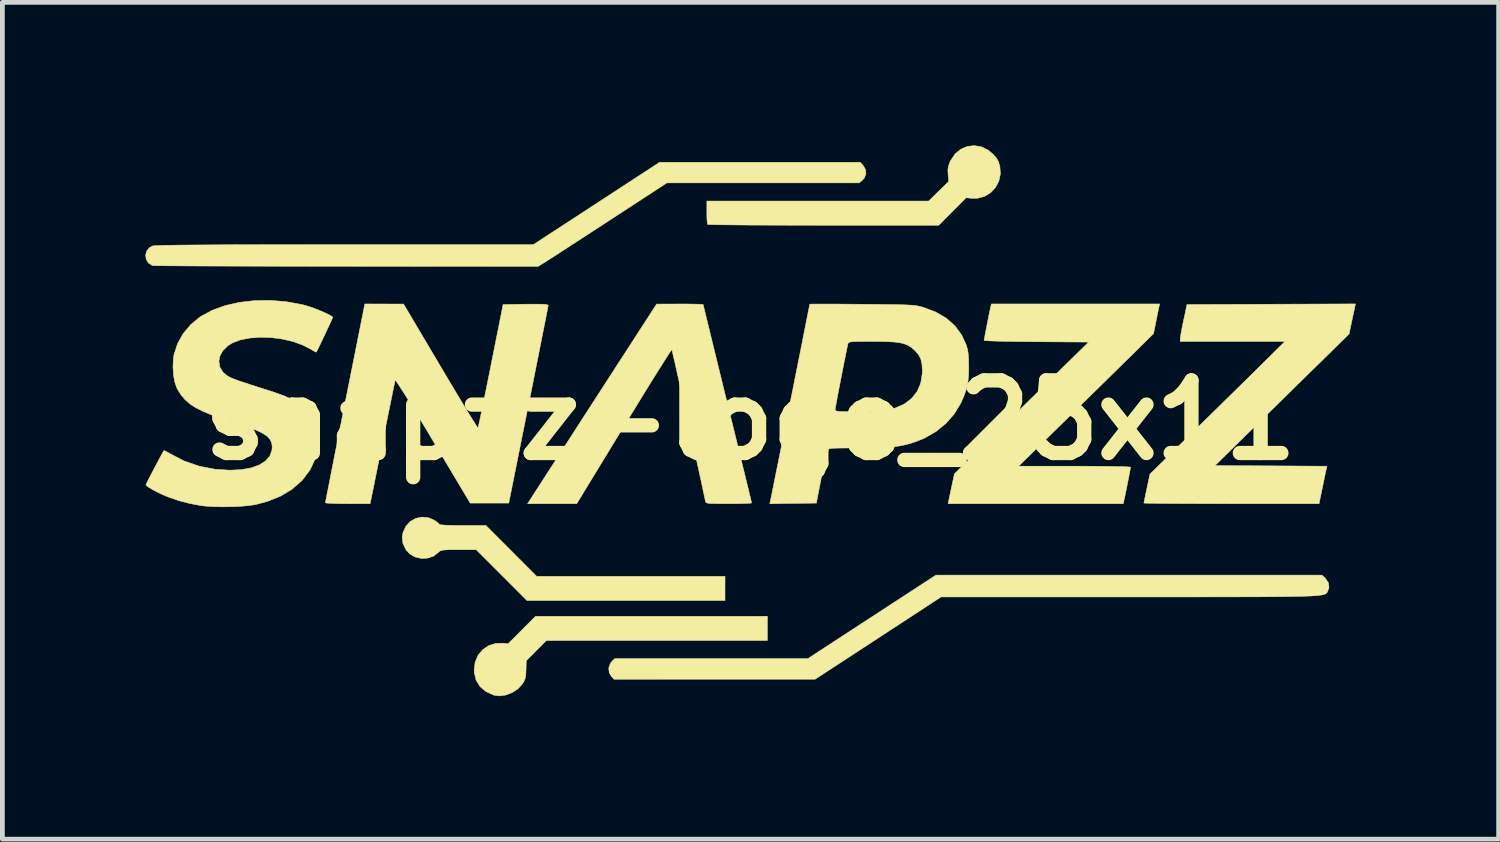
<source format=kicad_pcb>
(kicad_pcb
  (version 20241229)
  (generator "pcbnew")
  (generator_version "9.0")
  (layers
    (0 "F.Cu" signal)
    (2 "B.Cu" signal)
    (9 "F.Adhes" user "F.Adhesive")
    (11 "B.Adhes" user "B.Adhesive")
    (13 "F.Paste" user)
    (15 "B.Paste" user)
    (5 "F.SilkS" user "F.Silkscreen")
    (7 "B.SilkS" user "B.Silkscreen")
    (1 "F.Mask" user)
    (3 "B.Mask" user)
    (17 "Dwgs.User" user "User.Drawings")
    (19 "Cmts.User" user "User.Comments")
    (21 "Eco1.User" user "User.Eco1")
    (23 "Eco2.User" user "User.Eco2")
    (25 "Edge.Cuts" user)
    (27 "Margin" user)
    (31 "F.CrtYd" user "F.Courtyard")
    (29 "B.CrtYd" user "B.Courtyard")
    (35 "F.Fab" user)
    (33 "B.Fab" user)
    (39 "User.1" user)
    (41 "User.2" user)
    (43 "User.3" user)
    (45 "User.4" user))
  (footprint "snapzz-logo_25x11"
    (layer "F.Cu")
    (at 12.694 5.765)
    (property "Reference" "snapzz-logo_25x11" (at 0 0 0) (layer "F.SilkS") (effects (font (size 1.524 1.524) (thickness 0.3))))
    (attr through_hole)
    (fp_poly (pts (xy 0.356 4.623) (xy -4.281 4.623) (xy -4.492 4.835) (xy -4.703 5.047) (xy -4.707 5.237) (xy -4.713 5.346) (xy -4.727 5.423) (xy -4.754 5.487) (xy -4.781 5.531) (xy -4.875 5.635) (xy -4.997 5.716) (xy -5.134 5.768) (xy -5.272 5.786) (xy -5.385 5.769) (xy -5.549 5.694) (xy -5.673 5.589) (xy -5.755 5.456) (xy -5.793 5.298) (xy -5.796 5.233) (xy -5.774 5.07) (xy -5.71 4.927) (xy -5.612 4.811) (xy -5.486 4.728) (xy -5.339 4.683) (xy -5.206 4.679) (xy -5.084 4.691) (xy -4.797 4.403) (xy -4.509 4.115) (xy 0.356 4.115) (xy 0.356 4.623)) (stroke (width 0.01) (type solid)) (fill yes) (layer "F.SilkS"))
    (fp_poly (pts (xy -6.75 2.049) (xy -6.638 2.097) (xy -6.575 2.138) (xy -6.535 2.173) (xy -6.528 2.185) (xy -6.503 2.194) (xy -6.433 2.201) (xy -6.322 2.206) (xy -6.176 2.209) (xy -6.039 2.21) (xy -5.549 2.21) (xy -5.016 2.743) (xy -4.484 3.277) (xy -0.533 3.277) (xy -0.533 3.785) (xy -4.687 3.785) (xy -5.22 3.251) (xy -5.753 2.718) (xy -6.124 2.718) (xy -6.269 2.718) (xy -6.373 2.72) (xy -6.443 2.726) (xy -6.488 2.735) (xy -6.518 2.749) (xy -6.541 2.769) (xy -6.543 2.771) (xy -6.647 2.852) (xy -6.772 2.895) (xy -6.905 2.901) (xy -7.034 2.871) (xy -7.148 2.807) (xy -7.226 2.72) (xy -7.29 2.587) (xy -7.306 2.455) (xy -7.291 2.365) (xy -7.231 2.23) (xy -7.138 2.127) (xy -7.021 2.06) (xy -6.889 2.033) (xy -6.75 2.049)) (stroke (width 0.01) (type solid)) (fill yes) (layer "F.SilkS"))
    (fp_poly (pts (xy 4.845 -5.735) (xy 4.988 -5.666) (xy 5.082 -5.588) (xy 5.158 -5.504) (xy 5.203 -5.426) (xy 5.232 -5.332) (xy 5.233 -5.33) (xy 5.245 -5.169) (xy 5.214 -5.019) (xy 5.145 -4.885) (xy 5.044 -4.776) (xy 4.917 -4.697) (xy 4.771 -4.656) (xy 4.651 -4.654) (xy 4.525 -4.666) (xy 4.238 -4.378) (xy 3.951 -4.089) (xy 1.535 -4.089) (xy 1.189 -4.09) (xy 0.858 -4.09) (xy 0.544 -4.091) (xy 0.252 -4.092) (xy -0.015 -4.093) (xy -0.253 -4.095) (xy -0.46 -4.097) (xy -0.63 -4.099) (xy -0.762 -4.101) (xy -0.851 -4.103) (xy -0.894 -4.106) (xy -0.897 -4.106) (xy -0.905 -4.138) (xy -0.911 -4.208) (xy -0.914 -4.304) (xy -0.914 -4.36) (xy -0.914 -4.597) (xy 3.74 -4.597) (xy 3.95 -4.803) (xy 4.16 -5.008) (xy 4.147 -5.157) (xy 4.143 -5.253) (xy 4.154 -5.329) (xy 4.185 -5.412) (xy 4.203 -5.45) (xy 4.295 -5.587) (xy 4.414 -5.685) (xy 4.55 -5.743) (xy 4.697 -5.76) (xy 4.845 -5.735)) (stroke (width 0.01) (type solid)) (fill yes) (layer "F.SilkS"))
    (fp_poly (pts (xy 12.56 -1.808) (xy 11.154 -0.428) (xy 9.747 0.953) (xy 10.921 0.959) (xy 12.096 0.966) (xy 12.083 1.023) (xy 12.073 1.068) (xy 12.055 1.152) (xy 12.032 1.263) (xy 12.005 1.391) (xy 12 1.416) (xy 11.93 1.753) (xy 10.093 1.753) (xy 9.792 1.752) (xy 9.507 1.752) (xy 9.241 1.751) (xy 8.998 1.75) (xy 8.783 1.749) (xy 8.599 1.747) (xy 8.45 1.745) (xy 8.341 1.743) (xy 8.274 1.741) (xy 8.255 1.739) (xy 8.26 1.711) (xy 8.274 1.643) (xy 8.294 1.546) (xy 8.319 1.429) (xy 8.319 1.428) (xy 8.383 1.13) (xy 9.341 0.192) (xy 9.544 -0.006) (xy 9.751 -0.209) (xy 9.956 -0.411) (xy 10.154 -0.605) (xy 10.34 -0.787) (xy 10.506 -0.951) (xy 10.648 -1.091) (xy 10.757 -1.199) (xy 11.214 -1.651) (xy 9.017 -1.651) (xy 9.018 -1.708) (xy 9.023 -1.754) (xy 9.037 -1.838) (xy 9.058 -1.949) (xy 9.084 -2.075) (xy 9.089 -2.095) (xy 9.159 -2.426) (xy 12.694 -2.439) (xy 12.56 -1.808)) (stroke (width 0.01) (type solid)) (fill yes) (layer "F.SilkS"))
    (fp_poly (pts (xy 12.067 3.325) (xy 12.128 3.415) (xy 12.139 3.511) (xy 12.114 3.585) (xy 12.106 3.601) (xy 12.098 3.616) (xy 12.088 3.629) (xy 12.073 3.641) (xy 12.052 3.652) (xy 12.022 3.661) (xy 11.98 3.669) (xy 11.925 3.677) (xy 11.853 3.683) (xy 11.763 3.689) (xy 11.651 3.693) (xy 11.517 3.697) (xy 11.357 3.7) (xy 11.17 3.703) (xy 10.952 3.705) (xy 10.702 3.706) (xy 10.416 3.707) (xy 10.094 3.708) (xy 9.732 3.708) (xy 9.328 3.709) (xy 8.879 3.709) (xy 8.384 3.709) (xy 7.957 3.709) (xy 4 3.709) (xy 2.68 4.572) (xy 1.359 5.435) (xy -0.751 5.435) (xy -2.861 5.436) (xy -2.917 5.377) (xy -2.964 5.293) (xy -2.971 5.196) (xy -2.939 5.104) (xy -2.909 5.066) (xy -2.847 5.004) (xy 1.203 5.004) (xy 1.763 4.638) (xy 1.926 4.532) (xy 2.121 4.405) (xy 2.337 4.264) (xy 2.565 4.116) (xy 2.793 3.967) (xy 3.012 3.824) (xy 3.108 3.762) (xy 3.892 3.251) (xy 11.993 3.251) (xy 12.067 3.325)) (stroke (width 0.01) (type solid)) (fill yes) (layer "F.SilkS"))
    (fp_poly (pts (xy 2.363 -5.346) (xy 2.415 -5.259) (xy 2.423 -5.165) (xy 2.388 -5.077) (xy 2.353 -5.039) (xy 2.283 -4.978) (xy -1.753 -4.978) (xy -2.889 -4.237) (xy -3.113 -4.091) (xy -3.331 -3.949) (xy -3.537 -3.815) (xy -3.727 -3.692) (xy -3.895 -3.582) (xy -4.037 -3.49) (xy -4.149 -3.418) (xy -4.224 -3.37) (xy -4.239 -3.36) (xy -4.453 -3.226) (xy -8.481 -3.228) (xy -8.93 -3.228) (xy -9.365 -3.229) (xy -9.784 -3.229) (xy -10.184 -3.23) (xy -10.562 -3.231) (xy -10.916 -3.232) (xy -11.243 -3.233) (xy -11.539 -3.234) (xy -11.803 -3.235) (xy -12.031 -3.237) (xy -12.221 -3.238) (xy -12.371 -3.24) (xy -12.476 -3.241) (xy -12.535 -3.243) (xy -12.548 -3.244) (xy -12.629 -3.297) (xy -12.676 -3.373) (xy -12.689 -3.461) (xy -12.667 -3.547) (xy -12.61 -3.618) (xy -12.545 -3.655) (xy -12.516 -3.659) (xy -12.452 -3.663) (xy -12.354 -3.666) (xy -12.218 -3.669) (xy -12.044 -3.672) (xy -11.831 -3.674) (xy -11.578 -3.676) (xy -11.283 -3.678) (xy -10.944 -3.68) (xy -10.561 -3.681) (xy -10.133 -3.682) (xy -9.657 -3.682) (xy -9.134 -3.683) (xy -8.561 -3.683) (xy -4.554 -3.683) (xy -1.906 -5.41) (xy 0.198 -5.41) (xy 2.303 -5.41) (xy 2.363 -5.346)) (stroke (width 0.01) (type solid)) (fill yes) (layer "F.SilkS"))
    (fp_poly (pts (xy 8.573 -2.381) (xy 8.562 -2.333) (xy 8.545 -2.248) (xy 8.523 -2.141) (xy 8.509 -2.07) (xy 8.458 -1.816) (xy 8.071 -1.434) (xy 7.977 -1.341) (xy 7.852 -1.219) (xy 7.701 -1.07) (xy 7.529 -0.901) (xy 7.341 -0.716) (xy 7.142 -0.521) (xy 6.937 -0.32) (xy 6.731 -0.118) (xy 6.655 -0.043) (xy 5.627 0.965) (xy 6.801 0.965) (xy 7.04 0.966) (xy 7.263 0.967) (xy 7.464 0.969) (xy 7.639 0.972) (xy 7.782 0.975) (xy 7.89 0.979) (xy 7.956 0.983) (xy 7.976 0.987) (xy 7.971 1.018) (xy 7.958 1.088) (xy 7.94 1.184) (xy 7.917 1.297) (xy 7.894 1.416) (xy 7.871 1.527) (xy 7.852 1.622) (xy 7.837 1.688) (xy 7.836 1.695) (xy 7.822 1.753) (xy 4.147 1.753) (xy 4.213 1.439) (xy 4.28 1.126) (xy 5.688 -0.256) (xy 7.096 -1.638) (xy 5.999 -1.645) (xy 5.768 -1.647) (xy 5.554 -1.649) (xy 5.362 -1.653) (xy 5.196 -1.657) (xy 5.063 -1.661) (xy 4.966 -1.666) (xy 4.912 -1.67) (xy 4.902 -1.673) (xy 4.907 -1.704) (xy 4.92 -1.773) (xy 4.938 -1.87) (xy 4.96 -1.983) (xy 4.984 -2.101) (xy 5.006 -2.213) (xy 5.026 -2.308) (xy 5.04 -2.373) (xy 5.042 -2.381) (xy 5.056 -2.438) (xy 8.586 -2.438) (xy 8.573 -2.381)) (stroke (width 0.01) (type solid)) (fill yes) (layer "F.SilkS"))
    (fp_poly (pts (xy -7.684 -2.437) (xy -7.277 -2.436) (xy -6.503 -1.13) (xy -6.364 -0.896) (xy -6.233 -0.676) (xy -6.111 -0.473) (xy -6.002 -0.292) (xy -5.907 -0.136) (xy -5.828 -0.009) (xy -5.769 0.086) (xy -5.731 0.144) (xy -5.716 0.162) (xy -5.709 0.135) (xy -5.692 0.064) (xy -5.668 -0.049) (xy -5.637 -0.197) (xy -5.6 -0.376) (xy -5.558 -0.581) (xy -5.512 -0.808) (xy -5.463 -1.052) (xy -5.446 -1.138) (xy -5.189 -2.426) (xy -4.716 -2.433) (xy -4.542 -2.434) (xy -4.414 -2.434) (xy -4.326 -2.431) (xy -4.272 -2.424) (xy -4.247 -2.415) (xy -4.243 -2.407) (xy -4.248 -2.378) (xy -4.262 -2.302) (xy -4.285 -2.185) (xy -4.316 -2.029) (xy -4.354 -1.837) (xy -4.398 -1.615) (xy -4.447 -1.366) (xy -4.502 -1.093) (xy -4.56 -0.8) (xy -4.622 -0.491) (xy -4.657 -0.318) (xy -5.07 1.74) (xy -5.879 1.74) (xy -6.659 0.433) (xy -6.803 0.192) (xy -6.939 -0.032) (xy -7.063 -0.235) (xy -7.173 -0.414) (xy -7.268 -0.567) (xy -7.346 -0.688) (xy -7.404 -0.776) (xy -7.44 -0.827) (xy -7.452 -0.837) (xy -7.46 -0.805) (xy -7.476 -0.729) (xy -7.5 -0.613) (xy -7.531 -0.462) (xy -7.567 -0.282) (xy -7.609 -0.079) (xy -7.654 0.144) (xy -7.693 0.343) (xy -7.741 0.582) (xy -7.787 0.81) (xy -7.83 1.021) (xy -7.868 1.21) (xy -7.9 1.37) (xy -7.926 1.497) (xy -7.944 1.583) (xy -7.951 1.619) (xy -7.98 1.753) (xy -8.448 1.753) (xy -8.596 1.752) (xy -8.724 1.749) (xy -8.826 1.745) (xy -8.893 1.739) (xy -8.917 1.734) (xy -8.912 1.706) (xy -8.898 1.633) (xy -8.876 1.517) (xy -8.845 1.363) (xy -8.808 1.173) (xy -8.765 0.952) (xy -8.716 0.704) (xy -8.662 0.431) (xy -8.604 0.139) (xy -8.542 -0.171) (xy -8.504 -0.362) (xy -8.09 -2.438) (xy -7.684 -2.437)) (stroke (width 0.01) (type solid)) (fill yes) (layer "F.SilkS"))
    (fp_poly (pts (xy -1.328 -2.437) (xy -1.196 -2.435) (xy -1.09 -2.433) (xy -1.02 -2.43) (xy -0.991 -2.426) (xy -0.991 -2.425) (xy -0.985 -2.399) (xy -0.968 -2.327) (xy -0.94 -2.213) (xy -0.903 -2.061) (xy -0.857 -1.874) (xy -0.804 -1.656) (xy -0.744 -1.41) (xy -0.678 -1.141) (xy -0.607 -0.851) (xy -0.532 -0.545) (xy -0.483 -0.345) (xy -0.405 -0.03) (xy -0.331 0.271) (xy -0.262 0.554) (xy -0.198 0.815) (xy -0.141 1.051) (xy -0.09 1.258) (xy -0.047 1.433) (xy -0.014 1.572) (xy 0.01 1.671) (xy 0.023 1.726) (xy 0.025 1.737) (xy 0.001 1.742) (xy -0.066 1.746) (xy -0.168 1.75) (xy -0.298 1.752) (xy -0.447 1.753) (xy -0.454 1.753) (xy -0.621 1.752) (xy -0.744 1.751) (xy -0.83 1.749) (xy -0.886 1.744) (xy -0.919 1.735) (xy -0.936 1.723) (xy -0.943 1.706) (xy -0.945 1.695) (xy -0.962 1.616) (xy -0.987 1.498) (xy -1.019 1.347) (xy -1.058 1.168) (xy -1.102 0.965) (xy -1.151 0.745) (xy -1.202 0.511) (xy -1.256 0.269) (xy -1.31 0.024) (xy -1.364 -0.218) (xy -1.416 -0.454) (xy -1.466 -0.677) (xy -1.512 -0.883) (xy -1.553 -1.066) (xy -1.588 -1.222) (xy -1.617 -1.345) (xy -1.637 -1.431) (xy -1.647 -1.474) (xy -1.649 -1.478) (xy -1.664 -1.46) (xy -1.704 -1.401) (xy -1.765 -1.306) (xy -1.847 -1.177) (xy -1.947 -1.019) (xy -2.063 -0.833) (xy -2.193 -0.623) (xy -2.334 -0.394) (xy -2.485 -0.147) (xy -2.644 0.113) (xy -2.654 0.128) (xy -3.644 1.753) (xy -4.675 1.753) (xy -4.579 1.603) (xy -4.551 1.56) (xy -4.498 1.477) (xy -4.421 1.359) (xy -4.324 1.207) (xy -4.207 1.027) (xy -4.073 0.82) (xy -3.925 0.59) (xy -3.763 0.341) (xy -3.592 0.075) (xy -3.412 -0.203) (xy -3.226 -0.491) (xy -1.968 -2.436) (xy -1.48 -2.437) (xy -1.328 -2.437)) (stroke (width 0.01) (type solid)) (fill yes) (layer "F.SilkS"))
    (fp_poly (pts (xy -9.74 -2.486) (xy -9.409 -2.425) (xy -9.355 -2.412) (xy -9.261 -2.384) (xy -9.152 -2.346) (xy -9.04 -2.302) (xy -8.935 -2.257) (xy -8.847 -2.215) (xy -8.786 -2.181) (xy -8.763 -2.159) (xy -8.763 -2.159) (xy -8.773 -2.132) (xy -8.801 -2.07) (xy -8.842 -1.981) (xy -8.891 -1.876) (xy -8.944 -1.763) (xy -8.996 -1.653) (xy -9.043 -1.555) (xy -9.08 -1.479) (xy -9.103 -1.434) (xy -9.107 -1.427) (xy -9.13 -1.434) (xy -9.182 -1.463) (xy -9.218 -1.485) (xy -9.399 -1.579) (xy -9.606 -1.652) (xy -9.829 -1.703) (xy -10.059 -1.732) (xy -10.286 -1.739) (xy -10.503 -1.723) (xy -10.7 -1.684) (xy -10.867 -1.621) (xy -10.963 -1.562) (xy -11.071 -1.455) (xy -11.134 -1.337) (xy -11.151 -1.237) (xy -11.13 -1.11) (xy -11.065 -1.005) (xy -10.981 -0.935) (xy -10.95 -0.916) (xy -10.916 -0.898) (xy -10.872 -0.878) (xy -10.813 -0.855) (xy -10.735 -0.826) (xy -10.631 -0.791) (xy -10.496 -0.747) (xy -10.326 -0.692) (xy -10.114 -0.625) (xy -10.032 -0.599) (xy -9.772 -0.506) (xy -9.559 -0.407) (xy -9.39 -0.298) (xy -9.26 -0.176) (xy -9.167 -0.036) (xy -9.107 0.124) (xy -9.077 0.308) (xy -9.074 0.343) (xy -9.082 0.594) (xy -9.138 0.829) (xy -9.242 1.048) (xy -9.394 1.25) (xy -9.419 1.276) (xy -9.618 1.45) (xy -9.854 1.592) (xy -10.129 1.703) (xy -10.373 1.769) (xy -10.511 1.791) (xy -10.684 1.807) (xy -10.879 1.816) (xy -11.081 1.819) (xy -11.275 1.814) (xy -11.448 1.802) (xy -11.543 1.79) (xy -11.774 1.746) (xy -11.982 1.692) (xy -12.197 1.619) (xy -12.217 1.611) (xy -12.321 1.568) (xy -12.428 1.518) (xy -12.527 1.466) (xy -12.609 1.418) (xy -12.665 1.379) (xy -12.683 1.355) (xy -12.67 1.327) (xy -12.639 1.264) (xy -12.593 1.175) (xy -12.538 1.071) (xy -12.48 0.96) (xy -12.423 0.852) (xy -12.372 0.757) (xy -12.332 0.684) (xy -12.308 0.643) (xy -12.305 0.638) (xy -12.281 0.646) (xy -12.226 0.674) (xy -12.166 0.709) (xy -11.877 0.858) (xy -11.563 0.966) (xy -11.231 1.03) (xy -10.922 1.05) (xy -10.682 1.038) (xy -10.475 1.001) (xy -10.305 0.94) (xy -10.174 0.857) (xy -10.084 0.753) (xy -10.039 0.63) (xy -10.033 0.563) (xy -10.043 0.481) (xy -10.076 0.408) (xy -10.136 0.341) (xy -10.228 0.278) (xy -10.356 0.215) (xy -10.524 0.15) (xy -10.737 0.079) (xy -10.794 0.062) (xy -11.066 -0.024) (xy -11.294 -0.105) (xy -11.482 -0.183) (xy -11.636 -0.26) (xy -11.761 -0.342) (xy -11.862 -0.43) (xy -11.945 -0.528) (xy -12.014 -0.638) (xy -12.033 -0.673) (xy -12.076 -0.795) (xy -12.104 -0.948) (xy -12.115 -1.117) (xy -12.107 -1.284) (xy -12.092 -1.377) (xy -12.02 -1.603) (xy -11.902 -1.814) (xy -11.744 -2.003) (xy -11.55 -2.164) (xy -11.524 -2.181) (xy -11.288 -2.307) (xy -11.018 -2.405) (xy -10.72 -2.472) (xy -10.403 -2.508) (xy -10.074 -2.513) (xy -9.74 -2.486)) (stroke (width 0.01) (type solid)) (fill yes) (layer "F.SilkS"))
    (fp_poly (pts (xy 1.772 -2.436) (xy 1.973 -2.435) (xy 2.194 -2.433) (xy 2.343 -2.432) (xy 2.609 -2.43) (xy 2.83 -2.427) (xy 3.011 -2.425) (xy 3.156 -2.422) (xy 3.272 -2.418) (xy 3.364 -2.413) (xy 3.436 -2.407) (xy 3.495 -2.399) (xy 3.545 -2.389) (xy 3.592 -2.377) (xy 3.632 -2.365) (xy 3.893 -2.266) (xy 4.113 -2.137) (xy 4.292 -1.977) (xy 4.432 -1.787) (xy 4.524 -1.587) (xy 4.551 -1.501) (xy 4.568 -1.409) (xy 4.577 -1.298) (xy 4.581 -1.152) (xy 4.581 -1.143) (xy 4.578 -0.95) (xy 4.562 -0.79) (xy 4.529 -0.645) (xy 4.476 -0.496) (xy 4.415 -0.359) (xy 4.28 -0.134) (xy 4.104 0.067) (xy 3.892 0.24) (xy 3.649 0.379) (xy 3.476 0.449) (xy 3.355 0.489) (xy 3.239 0.519) (xy 3.119 0.543) (xy 2.986 0.56) (xy 2.833 0.572) (xy 2.651 0.579) (xy 2.432 0.583) (xy 2.266 0.583) (xy 2.068 0.584) (xy 1.914 0.585) (xy 1.8 0.587) (xy 1.719 0.591) (xy 1.665 0.597) (xy 1.632 0.605) (xy 1.614 0.616) (xy 1.607 0.628) (xy 1.598 0.665) (xy 1.58 0.744) (xy 1.557 0.856) (xy 1.529 0.995) (xy 1.498 1.152) (xy 1.487 1.206) (xy 1.384 1.74) (xy 0.894 1.747) (xy 0.405 1.754) (xy 0.419 1.696) (xy 0.426 1.663) (xy 0.442 1.586) (xy 0.465 1.468) (xy 0.496 1.315) (xy 0.533 1.13) (xy 0.576 0.919) (xy 0.623 0.686) (xy 0.673 0.435) (xy 0.726 0.17) (xy 0.781 -0.103) (xy 0.805 -0.224) (xy 1.778 -0.224) (xy 1.781 -0.207) (xy 1.797 -0.194) (xy 1.831 -0.186) (xy 1.891 -0.181) (xy 1.984 -0.179) (xy 2.118 -0.178) (xy 2.195 -0.178) (xy 2.355 -0.179) (xy 2.514 -0.184) (xy 2.658 -0.191) (xy 2.773 -0.2) (xy 2.811 -0.204) (xy 3.037 -0.254) (xy 3.228 -0.338) (xy 3.382 -0.455) (xy 3.498 -0.601) (xy 3.573 -0.775) (xy 3.605 -0.975) (xy 3.607 -1.025) (xy 3.599 -1.174) (xy 3.573 -1.288) (xy 3.523 -1.381) (xy 3.445 -1.467) (xy 3.444 -1.469) (xy 3.377 -1.525) (xy 3.308 -1.569) (xy 3.23 -1.601) (xy 3.136 -1.624) (xy 3.017 -1.639) (xy 2.866 -1.647) (xy 2.676 -1.651) (xy 2.561 -1.651) (xy 2.39 -1.651) (xy 2.262 -1.65) (xy 2.172 -1.648) (xy 2.112 -1.643) (xy 2.076 -1.635) (xy 2.057 -1.624) (xy 2.048 -1.608) (xy 2.045 -1.594) (xy 2.03 -1.528) (xy 2.009 -1.427) (xy 1.983 -1.299) (xy 1.953 -1.15) (xy 1.922 -0.99) (xy 1.89 -0.827) (xy 1.859 -0.668) (xy 1.831 -0.521) (xy 1.808 -0.396) (xy 1.79 -0.299) (xy 1.78 -0.239) (xy 1.778 -0.224) (xy 0.805 -0.224) (xy 0.836 -0.381) (xy 0.892 -0.658) (xy 0.946 -0.931) (xy 0.999 -1.194) (xy 1.049 -1.444) (xy 1.095 -1.676) (xy 1.136 -1.885) (xy 1.172 -2.067) (xy 1.202 -2.217) (xy 1.225 -2.331) (xy 1.239 -2.405) (xy 1.245 -2.433) (xy 1.245 -2.433) (xy 1.269 -2.435) (xy 1.339 -2.436) (xy 1.45 -2.436) (xy 1.596 -2.436) (xy 1.772 -2.436)) (stroke (width 0.01) (type solid)) (fill yes) (layer "F.SilkS")))
  (gr_rect
    (start -3 -3)
    (end 28.392 14.556)
    (stroke (width 0.1) (type default))
    (fill no)
    (layer "Edge.Cuts")))
</source>
